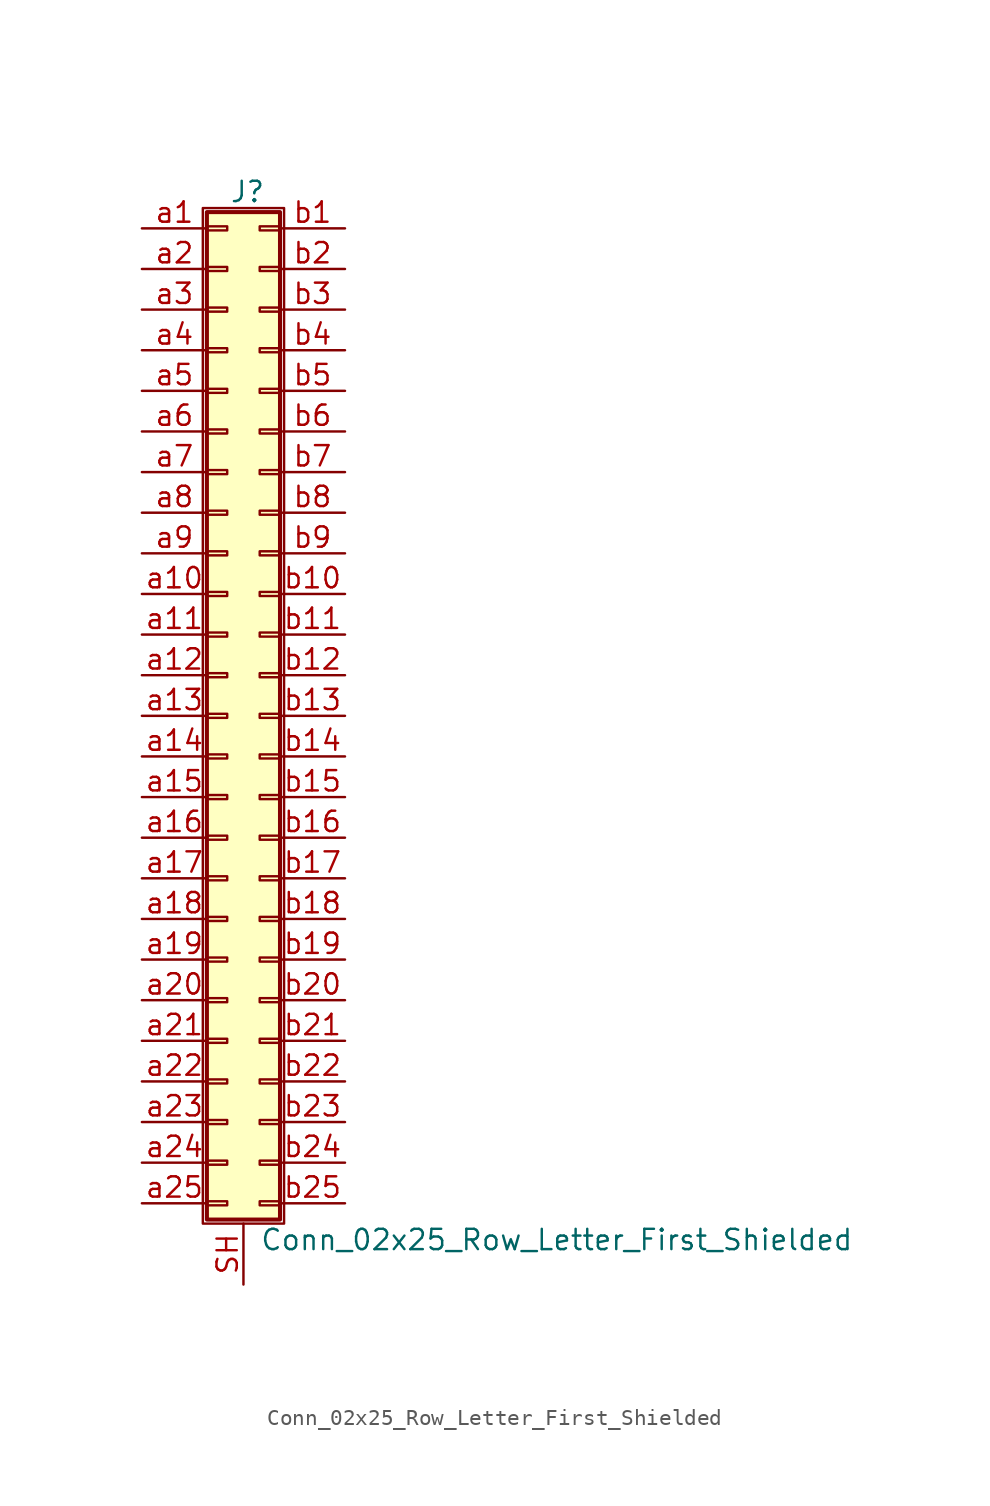
<source format=kicad_sym>
(kicad_symbol_lib
  (version 20220914)
  (generator kicad_symbol_editor)
  (symbol "Conn_02x25_Row_Letter_First_Shielded"
    (pin_names
      (offset 1.016) hide)
    (property "Reference" "J"
      (at 1.524 32.766 0)
      (effects (font (size 1.27 1.27))))
    (property "Value" "Conn_02x25_Row_Letter_First_Shielded"
      (at 2.286 -32.766 0)
      (effects (font (size 1.27 1.27)) (justify left)))
    (symbol "Conn_02x25_Row_Letter_First_Shielded_1_1"
      (rectangle (start -1.27 31.75) (end 3.81 -31.75) (stroke (width 0.152) (type default)) (fill (type none)))
      (rectangle (start -1.016 -30.353) (end 0.254 -30.607) (stroke (width 0.152) (type default)) (fill (type none)))
      (rectangle (start -1.016 -27.813) (end 0.254 -28.067) (stroke (width 0.152) (type default)) (fill (type none)))
      (rectangle (start -1.016 -25.273) (end 0.254 -25.527) (stroke (width 0.152) (type default)) (fill (type none)))
      (rectangle (start -1.016 -22.733) (end 0.254 -22.987) (stroke (width 0.152) (type default)) (fill (type none)))
      (rectangle (start -1.016 -20.193) (end 0.254 -20.447) (stroke (width 0.152) (type default)) (fill (type none)))
      (rectangle (start -1.016 -17.653) (end 0.254 -17.907) (stroke (width 0.152) (type default)) (fill (type none)))
      (rectangle (start -1.016 -15.113) (end 0.254 -15.367) (stroke (width 0.152) (type default)) (fill (type none)))
      (rectangle (start -1.016 -12.573) (end 0.254 -12.827) (stroke (width 0.152) (type default)) (fill (type none)))
      (rectangle (start -1.016 -10.033) (end 0.254 -10.287) (stroke (width 0.152) (type default)) (fill (type none)))
      (rectangle (start -1.016 -7.493) (end 0.254 -7.747) (stroke (width 0.152) (type default)) (fill (type none)))
      (rectangle (start -1.016 -4.953) (end 0.254 -5.207) (stroke (width 0.152) (type default)) (fill (type none)))
      (rectangle (start -1.016 -2.413) (end 0.254 -2.667) (stroke (width 0.152) (type default)) (fill (type none)))
      (rectangle (start -1.016 0.127) (end 0.254 -0.127) (stroke (width 0.152) (type default)) (fill (type none)))
      (rectangle (start -1.016 2.667) (end 0.254 2.413) (stroke (width 0.152) (type default)) (fill (type none)))
      (rectangle (start -1.016 5.207) (end 0.254 4.953) (stroke (width 0.152) (type default)) (fill (type none)))
      (rectangle (start -1.016 7.747) (end 0.254 7.493) (stroke (width 0.152) (type default)) (fill (type none)))
      (rectangle (start -1.016 10.287) (end 0.254 10.033) (stroke (width 0.152) (type default)) (fill (type none)))
      (rectangle (start -1.016 12.827) (end 0.254 12.573) (stroke (width 0.152) (type default)) (fill (type none)))
      (rectangle (start -1.016 15.367) (end 0.254 15.113) (stroke (width 0.152) (type default)) (fill (type none)))
      (rectangle (start -1.016 17.907) (end 0.254 17.653) (stroke (width 0.152) (type default)) (fill (type none)))
      (rectangle (start -1.016 20.447) (end 0.254 20.193) (stroke (width 0.152) (type default)) (fill (type none)))
      (rectangle (start -1.016 22.987) (end 0.254 22.733) (stroke (width 0.152) (type default)) (fill (type none)))
      (rectangle (start -1.016 25.527) (end 0.254 25.273) (stroke (width 0.152) (type default)) (fill (type none)))
      (rectangle (start -1.016 28.067) (end 0.254 27.813) (stroke (width 0.152) (type default)) (fill (type none)))
      (rectangle (start -1.016 30.607) (end 0.254 30.353) (stroke (width 0.152) (type default)) (fill (type none)))
      (rectangle (start -1.016 31.496) (end 3.556 -31.496) (stroke (width 0.254) (type default)) (fill (type background)))
      (rectangle (start 3.556 -30.353) (end 2.286 -30.607) (stroke (width 0.152) (type default)) (fill (type none)))
      (rectangle (start 3.556 -27.813) (end 2.286 -28.067) (stroke (width 0.152) (type default)) (fill (type none)))
      (rectangle (start 3.556 -25.273) (end 2.286 -25.527) (stroke (width 0.152) (type default)) (fill (type none)))
      (rectangle (start 3.556 -22.733) (end 2.286 -22.987) (stroke (width 0.152) (type default)) (fill (type none)))
      (rectangle (start 3.556 -20.193) (end 2.286 -20.447) (stroke (width 0.152) (type default)) (fill (type none)))
      (rectangle (start 3.556 -17.653) (end 2.286 -17.907) (stroke (width 0.152) (type default)) (fill (type none)))
      (rectangle (start 3.556 -15.113) (end 2.286 -15.367) (stroke (width 0.152) (type default)) (fill (type none)))
      (rectangle (start 3.556 -12.573) (end 2.286 -12.827) (stroke (width 0.152) (type default)) (fill (type none)))
      (rectangle (start 3.556 -10.033) (end 2.286 -10.287) (stroke (width 0.152) (type default)) (fill (type none)))
      (rectangle (start 3.556 -7.493) (end 2.286 -7.747) (stroke (width 0.152) (type default)) (fill (type none)))
      (rectangle (start 3.556 -4.953) (end 2.286 -5.207) (stroke (width 0.152) (type default)) (fill (type none)))
      (rectangle (start 3.556 -2.413) (end 2.286 -2.667) (stroke (width 0.152) (type default)) (fill (type none)))
      (rectangle (start 3.556 0.127) (end 2.286 -0.127) (stroke (width 0.152) (type default)) (fill (type none)))
      (rectangle (start 3.556 2.667) (end 2.286 2.413) (stroke (width 0.152) (type default)) (fill (type none)))
      (rectangle (start 3.556 5.207) (end 2.286 4.953) (stroke (width 0.152) (type default)) (fill (type none)))
      (rectangle (start 3.556 7.747) (end 2.286 7.493) (stroke (width 0.152) (type default)) (fill (type none)))
      (rectangle (start 3.556 10.287) (end 2.286 10.033) (stroke (width 0.152) (type default)) (fill (type none)))
      (rectangle (start 3.556 12.827) (end 2.286 12.573) (stroke (width 0.152) (type default)) (fill (type none)))
      (rectangle (start 3.556 15.367) (end 2.286 15.113) (stroke (width 0.152) (type default)) (fill (type none)))
      (rectangle (start 3.556 17.907) (end 2.286 17.653) (stroke (width 0.152) (type default)) (fill (type none)))
      (rectangle (start 3.556 20.447) (end 2.286 20.193) (stroke (width 0.152) (type default)) (fill (type none)))
      (rectangle (start 3.556 22.987) (end 2.286 22.733) (stroke (width 0.152) (type default)) (fill (type none)))
      (rectangle (start 3.556 25.527) (end 2.286 25.273) (stroke (width 0.152) (type default)) (fill (type none)))
      (rectangle (start 3.556 28.067) (end 2.286 27.813) (stroke (width 0.152) (type default)) (fill (type none)))
      (rectangle (start 3.556 30.607) (end 2.286 30.353) (stroke (width 0.152) (type default)) (fill (type none)))
      (pin passive line (at 1.27 -35.56 90) (length 3.81) (name "Shield" (effects (font (size 1.27 1.27)))) (number "SH" (effects (font (size 1.27 1.27)))))
      (pin passive line (at -5.08 30.48 0) (length 4.064) (name "Pin_a1" (effects (font (size 1.27 1.27)))) (number "a1" (effects (font (size 1.27 1.27)))))
      (pin passive line (at -5.08 7.62 0) (length 4.064) (name "Pin_a10" (effects (font (size 1.27 1.27)))) (number "a10" (effects (font (size 1.27 1.27)))))
      (pin passive line (at -5.08 5.08 0) (length 4.064) (name "Pin_a11" (effects (font (size 1.27 1.27)))) (number "a11" (effects (font (size 1.27 1.27)))))
      (pin passive line (at -5.08 2.54 0) (length 4.064) (name "Pin_a12" (effects (font (size 1.27 1.27)))) (number "a12" (effects (font (size 1.27 1.27)))))
      (pin passive line (at -5.08 0 0) (length 4.064) (name "Pin_a13" (effects (font (size 1.27 1.27)))) (number "a13" (effects (font (size 1.27 1.27)))))
      (pin passive line (at -5.08 -2.54 0) (length 4.064) (name "Pin_a14" (effects (font (size 1.27 1.27)))) (number "a14" (effects (font (size 1.27 1.27)))))
      (pin passive line (at -5.08 -5.08 0) (length 4.064) (name "Pin_a15" (effects (font (size 1.27 1.27)))) (number "a15" (effects (font (size 1.27 1.27)))))
      (pin passive line (at -5.08 -7.62 0) (length 4.064) (name "Pin_a16" (effects (font (size 1.27 1.27)))) (number "a16" (effects (font (size 1.27 1.27)))))
      (pin passive line (at -5.08 -10.16 0) (length 4.064) (name "Pin_a17" (effects (font (size 1.27 1.27)))) (number "a17" (effects (font (size 1.27 1.27)))))
      (pin passive line (at -5.08 -12.7 0) (length 4.064) (name "Pin_a18" (effects (font (size 1.27 1.27)))) (number "a18" (effects (font (size 1.27 1.27)))))
      (pin passive line (at -5.08 -15.24 0) (length 4.064) (name "Pin_a19" (effects (font (size 1.27 1.27)))) (number "a19" (effects (font (size 1.27 1.27)))))
      (pin passive line (at -5.08 27.94 0) (length 4.064) (name "Pin_a2" (effects (font (size 1.27 1.27)))) (number "a2" (effects (font (size 1.27 1.27)))))
      (pin passive line (at -5.08 -17.78 0) (length 4.064) (name "Pin_a20" (effects (font (size 1.27 1.27)))) (number "a20" (effects (font (size 1.27 1.27)))))
      (pin passive line (at -5.08 -20.32 0) (length 4.064) (name "Pin_a21" (effects (font (size 1.27 1.27)))) (number "a21" (effects (font (size 1.27 1.27)))))
      (pin passive line (at -5.08 -22.86 0) (length 4.064) (name "Pin_a22" (effects (font (size 1.27 1.27)))) (number "a22" (effects (font (size 1.27 1.27)))))
      (pin passive line (at -5.08 -25.4 0) (length 4.064) (name "Pin_a23" (effects (font (size 1.27 1.27)))) (number "a23" (effects (font (size 1.27 1.27)))))
      (pin passive line (at -5.08 -27.94 0) (length 4.064) (name "Pin_a24" (effects (font (size 1.27 1.27)))) (number "a24" (effects (font (size 1.27 1.27)))))
      (pin passive line (at -5.08 -30.48 0) (length 4.064) (name "Pin_a25" (effects (font (size 1.27 1.27)))) (number "a25" (effects (font (size 1.27 1.27)))))
      (pin passive line (at -5.08 25.4 0) (length 4.064) (name "Pin_a3" (effects (font (size 1.27 1.27)))) (number "a3" (effects (font (size 1.27 1.27)))))
      (pin passive line (at -5.08 22.86 0) (length 4.064) (name "Pin_a4" (effects (font (size 1.27 1.27)))) (number "a4" (effects (font (size 1.27 1.27)))))
      (pin passive line (at -5.08 20.32 0) (length 4.064) (name "Pin_a5" (effects (font (size 1.27 1.27)))) (number "a5" (effects (font (size 1.27 1.27)))))
      (pin passive line (at -5.08 17.78 0) (length 4.064) (name "Pin_a6" (effects (font (size 1.27 1.27)))) (number "a6" (effects (font (size 1.27 1.27)))))
      (pin passive line (at -5.08 15.24 0) (length 4.064) (name "Pin_a7" (effects (font (size 1.27 1.27)))) (number "a7" (effects (font (size 1.27 1.27)))))
      (pin passive line (at -5.08 12.7 0) (length 4.064) (name "Pin_a8" (effects (font (size 1.27 1.27)))) (number "a8" (effects (font (size 1.27 1.27)))))
      (pin passive line (at -5.08 10.16 0) (length 4.064) (name "Pin_a9" (effects (font (size 1.27 1.27)))) (number "a9" (effects (font (size 1.27 1.27)))))
      (pin passive line (at 7.62 30.48 180) (length 4.064) (name "Pin_b1" (effects (font (size 1.27 1.27)))) (number "b1" (effects (font (size 1.27 1.27)))))
      (pin passive line (at 7.62 7.62 180) (length 4.064) (name "Pin_b10" (effects (font (size 1.27 1.27)))) (number "b10" (effects (font (size 1.27 1.27)))))
      (pin passive line (at 7.62 5.08 180) (length 4.064) (name "Pin_b11" (effects (font (size 1.27 1.27)))) (number "b11" (effects (font (size 1.27 1.27)))))
      (pin passive line (at 7.62 2.54 180) (length 4.064) (name "Pin_b12" (effects (font (size 1.27 1.27)))) (number "b12" (effects (font (size 1.27 1.27)))))
      (pin passive line (at 7.62 0 180) (length 4.064) (name "Pin_b13" (effects (font (size 1.27 1.27)))) (number "b13" (effects (font (size 1.27 1.27)))))
      (pin passive line (at 7.62 -2.54 180) (length 4.064) (name "Pin_b14" (effects (font (size 1.27 1.27)))) (number "b14" (effects (font (size 1.27 1.27)))))
      (pin passive line (at 7.62 -5.08 180) (length 4.064) (name "Pin_b15" (effects (font (size 1.27 1.27)))) (number "b15" (effects (font (size 1.27 1.27)))))
      (pin passive line (at 7.62 -7.62 180) (length 4.064) (name "Pin_b16" (effects (font (size 1.27 1.27)))) (number "b16" (effects (font (size 1.27 1.27)))))
      (pin passive line (at 7.62 -10.16 180) (length 4.064) (name "Pin_b17" (effects (font (size 1.27 1.27)))) (number "b17" (effects (font (size 1.27 1.27)))))
      (pin passive line (at 7.62 -12.7 180) (length 4.064) (name "Pin_b18" (effects (font (size 1.27 1.27)))) (number "b18" (effects (font (size 1.27 1.27)))))
      (pin passive line (at 7.62 -15.24 180) (length 4.064) (name "Pin_b19" (effects (font (size 1.27 1.27)))) (number "b19" (effects (font (size 1.27 1.27)))))
      (pin passive line (at 7.62 27.94 180) (length 4.064) (name "Pin_b2" (effects (font (size 1.27 1.27)))) (number "b2" (effects (font (size 1.27 1.27)))))
      (pin passive line (at 7.62 -17.78 180) (length 4.064) (name "Pin_b20" (effects (font (size 1.27 1.27)))) (number "b20" (effects (font (size 1.27 1.27)))))
      (pin passive line (at 7.62 -20.32 180) (length 4.064) (name "Pin_b21" (effects (font (size 1.27 1.27)))) (number "b21" (effects (font (size 1.27 1.27)))))
      (pin passive line (at 7.62 -22.86 180) (length 4.064) (name "Pin_b22" (effects (font (size 1.27 1.27)))) (number "b22" (effects (font (size 1.27 1.27)))))
      (pin passive line (at 7.62 -25.4 180) (length 4.064) (name "Pin_b23" (effects (font (size 1.27 1.27)))) (number "b23" (effects (font (size 1.27 1.27)))))
      (pin passive line (at 7.62 -27.94 180) (length 4.064) (name "Pin_b24" (effects (font (size 1.27 1.27)))) (number "b24" (effects (font (size 1.27 1.27)))))
      (pin passive line (at 7.62 -30.48 180) (length 4.064) (name "Pin_b25" (effects (font (size 1.27 1.27)))) (number "b25" (effects (font (size 1.27 1.27)))))
      (pin passive line (at 7.62 25.4 180) (length 4.064) (name "Pin_b3" (effects (font (size 1.27 1.27)))) (number "b3" (effects (font (size 1.27 1.27)))))
      (pin passive line (at 7.62 22.86 180) (length 4.064) (name "Pin_b4" (effects (font (size 1.27 1.27)))) (number "b4" (effects (font (size 1.27 1.27)))))
      (pin passive line (at 7.62 20.32 180) (length 4.064) (name "Pin_b5" (effects (font (size 1.27 1.27)))) (number "b5" (effects (font (size 1.27 1.27)))))
      (pin passive line (at 7.62 17.78 180) (length 4.064) (name "Pin_b6" (effects (font (size 1.27 1.27)))) (number "b6" (effects (font (size 1.27 1.27)))))
      (pin passive line (at 7.62 15.24 180) (length 4.064) (name "Pin_b7" (effects (font (size 1.27 1.27)))) (number "b7" (effects (font (size 1.27 1.27)))))
      (pin passive line (at 7.62 12.7 180) (length 4.064) (name "Pin_b8" (effects (font (size 1.27 1.27)))) (number "b8" (effects (font (size 1.27 1.27)))))
      (pin passive line (at 7.62 10.16 180) (length 4.064) (name "Pin_b9" (effects (font (size 1.27 1.27)))) (number "b9" (effects (font (size 1.27 1.27))))))))
</source>
